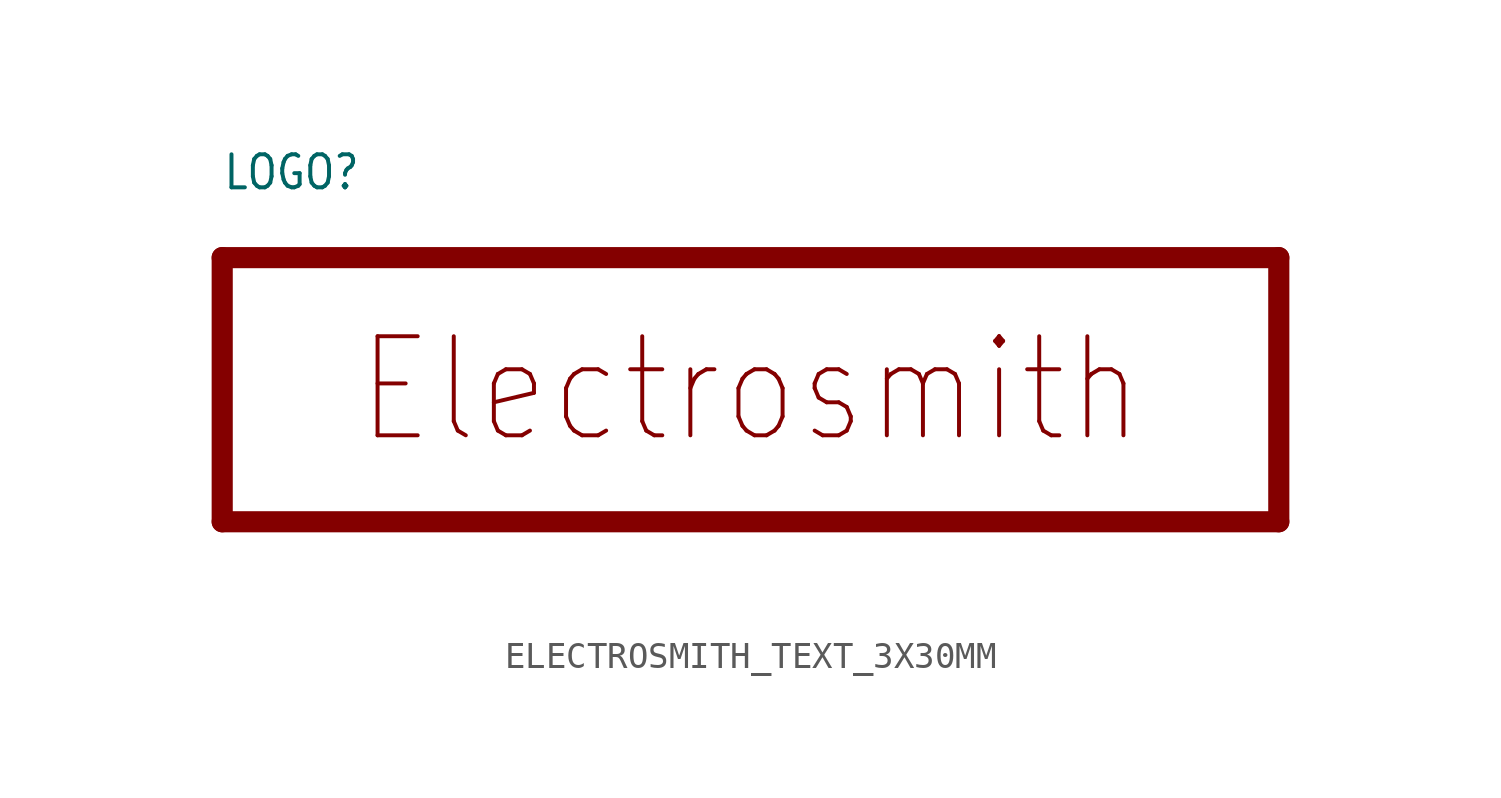
<source format=kicad_sym>
(kicad_symbol_lib
  (version 20231120)
  (generator "kicad_symbol_editor")
  (generator_version "8.0")
  (symbol "ELECTROSMITH_TEXT_3X30MM"
    (property "Reference" "LOGO"
      (at -20.32 7.62 0)
      (effects (font (size 1.27 1.079)) (justify left bottom)))
    (property "Value" ""
      (at -20.32 -7.62 0)
      (effects (font (size 1.27 1.079)) (justify left bottom)))
    (property "ki_locked" ""
      (at 0 0 0)
      (effects (font (size 1.27 1.27))))
    (symbol "ELECTROSMITH_TEXT_3X30MM_1_0"
      (polyline (pts (xy -20.32 -5.08) (xy -20.32 5.08)) (stroke (width 0.813) (type solid)) (fill (type none)))
      (polyline (pts (xy -20.32 5.08) (xy 20.32 5.08)) (stroke (width 0.813) (type solid)) (fill (type none)))
      (polyline (pts (xy 20.32 -5.08) (xy -20.32 -5.08)) (stroke (width 0.813) (type solid)) (fill (type none)))
      (polyline (pts (xy 20.32 5.08) (xy 20.32 -5.08)) (stroke (width 0.813) (type solid)) (fill (type none)))
      (text "Electrosmith" (at 0 0 0) (effects (font (size 3.81 3.239)))))))
</source>
